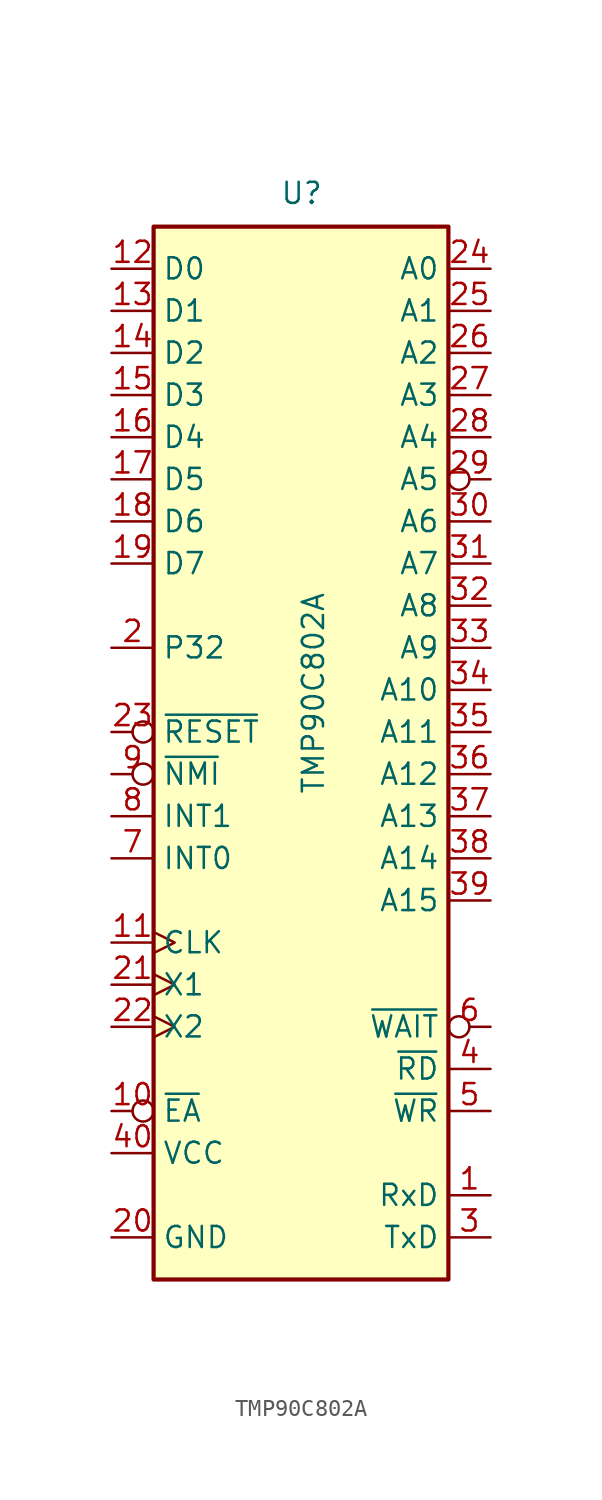
<source format=kicad_sym>
(kicad_symbol_lib
  (version 20231120)
  (generator "kicad_symbol_editor")
  (generator_version "8.0")
  (symbol "TMP90C802A"
    (property "Reference" "U"
      (at -1.27 31.75 0)
      (effects (font (size 1.27 1.27)) (justify left bottom)))
    (property "Value" "TMP90C802A"
      (at 0 -3.81 90)
      (effects (font (size 1.27 1.27)) (justify left top)))
    (symbol "TMP90C802A_0_1"
      (rectangle (start -8.89 -33.02) (end 8.89 30.48) (stroke (width 0.254) (type default)) (fill (type background))))
    (symbol "TMP90C802A_1_1"
      (pin input line (at 11.43 -27.94 180) (length 2.54) (name "RxD" (effects (font (size 1.27 1.27)))) (number "1" (effects (font (size 1.27 1.27)))))
      (pin input inverted (at -11.43 -22.86 0) (length 2.54) (name "~{EA}" (effects (font (size 1.27 1.27)))) (number "10" (effects (font (size 1.27 1.27)))))
      (pin output clock (at -11.43 -12.7 0) (length 2.54) (name "CLK" (effects (font (size 1.27 1.27)))) (number "11" (effects (font (size 1.27 1.27)))))
      (pin bidirectional line (at -11.43 27.94 0) (length 2.54) (name "D0" (effects (font (size 1.27 1.27)))) (number "12" (effects (font (size 1.27 1.27)))))
      (pin bidirectional line (at -11.43 25.4 0) (length 2.54) (name "D1" (effects (font (size 1.27 1.27)))) (number "13" (effects (font (size 1.27 1.27)))))
      (pin bidirectional line (at -11.43 22.86 0) (length 2.54) (name "D2" (effects (font (size 1.27 1.27)))) (number "14" (effects (font (size 1.27 1.27)))))
      (pin bidirectional line (at -11.43 20.32 0) (length 2.54) (name "D3" (effects (font (size 1.27 1.27)))) (number "15" (effects (font (size 1.27 1.27)))))
      (pin bidirectional line (at -11.43 17.78 0) (length 2.54) (name "D4" (effects (font (size 1.27 1.27)))) (number "16" (effects (font (size 1.27 1.27)))))
      (pin bidirectional line (at -11.43 15.24 0) (length 2.54) (name "D5" (effects (font (size 1.27 1.27)))) (number "17" (effects (font (size 1.27 1.27)))))
      (pin bidirectional line (at -11.43 12.7 0) (length 2.54) (name "D6" (effects (font (size 1.27 1.27)))) (number "18" (effects (font (size 1.27 1.27)))))
      (pin bidirectional line (at -11.43 10.16 0) (length 2.54) (name "D7" (effects (font (size 1.27 1.27)))) (number "19" (effects (font (size 1.27 1.27)))))
      (pin bidirectional line (at -11.43 5.08 0) (length 2.54) (name "P32" (effects (font (size 1.27 1.27)))) (number "2" (effects (font (size 1.27 1.27)))))
      (pin power_in line (at -11.43 -30.48 0) (length 2.54) (name "GND" (effects (font (size 1.27 1.27)))) (number "20" (effects (font (size 1.27 1.27)))))
      (pin input clock (at -11.43 -15.24 0) (length 2.54) (name "X1" (effects (font (size 1.27 1.27)))) (number "21" (effects (font (size 1.27 1.27)))))
      (pin passive clock (at -11.43 -17.78 0) (length 2.54) (name "X2" (effects (font (size 1.27 1.27)))) (number "22" (effects (font (size 1.27 1.27)))))
      (pin input inverted (at -11.43 0 0) (length 2.54) (name "~{RESET}" (effects (font (size 1.27 1.27)))) (number "23" (effects (font (size 1.27 1.27)))))
      (pin output line (at 11.43 27.94 180) (length 2.54) (name "A0" (effects (font (size 1.27 1.27)))) (number "24" (effects (font (size 1.27 1.27)))))
      (pin output line (at 11.43 25.4 180) (length 2.54) (name "A1" (effects (font (size 1.27 1.27)))) (number "25" (effects (font (size 1.27 1.27)))))
      (pin output line (at 11.43 22.86 180) (length 2.54) (name "A2" (effects (font (size 1.27 1.27)))) (number "26" (effects (font (size 1.27 1.27)))))
      (pin output line (at 11.43 20.32 180) (length 2.54) (name "A3" (effects (font (size 1.27 1.27)))) (number "27" (effects (font (size 1.27 1.27)))))
      (pin output line (at 11.43 17.78 180) (length 2.54) (name "A4" (effects (font (size 1.27 1.27)))) (number "28" (effects (font (size 1.27 1.27)))))
      (pin output inverted (at 11.43 15.24 180) (length 2.54) (name "A5" (effects (font (size 1.27 1.27)))) (number "29" (effects (font (size 1.27 1.27)))))
      (pin output line (at 11.43 -30.48 180) (length 2.54) (name "TxD" (effects (font (size 1.27 1.27)))) (number "3" (effects (font (size 1.27 1.27)))))
      (pin output line (at 11.43 12.7 180) (length 2.54) (name "A6" (effects (font (size 1.27 1.27)))) (number "30" (effects (font (size 1.27 1.27)))))
      (pin output line (at 11.43 10.16 180) (length 2.54) (name "A7" (effects (font (size 1.27 1.27)))) (number "31" (effects (font (size 1.27 1.27)))))
      (pin output line (at 11.43 7.62 180) (length 2.54) (name "A8" (effects (font (size 1.27 1.27)))) (number "32" (effects (font (size 1.27 1.27)))))
      (pin output line (at 11.43 5.08 180) (length 2.54) (name "A9" (effects (font (size 1.27 1.27)))) (number "33" (effects (font (size 1.27 1.27)))))
      (pin output line (at 11.43 2.54 180) (length 2.54) (name "A10" (effects (font (size 1.27 1.27)))) (number "34" (effects (font (size 1.27 1.27)))))
      (pin output line (at 11.43 0 180) (length 2.54) (name "A11" (effects (font (size 1.27 1.27)))) (number "35" (effects (font (size 1.27 1.27)))))
      (pin output line (at 11.43 -2.54 180) (length 2.54) (name "A12" (effects (font (size 1.27 1.27)))) (number "36" (effects (font (size 1.27 1.27)))))
      (pin output line (at 11.43 -5.08 180) (length 2.54) (name "A13" (effects (font (size 1.27 1.27)))) (number "37" (effects (font (size 1.27 1.27)))))
      (pin output line (at 11.43 -7.62 180) (length 2.54) (name "A14" (effects (font (size 1.27 1.27)))) (number "38" (effects (font (size 1.27 1.27)))))
      (pin output line (at 11.43 -10.16 180) (length 2.54) (name "A15" (effects (font (size 1.27 1.27)))) (number "39" (effects (font (size 1.27 1.27)))))
      (pin output line (at 11.43 -20.32 180) (length 2.54) (name "~{RD}" (effects (font (size 1.27 1.27)))) (number "4" (effects (font (size 1.27 1.27)))))
      (pin power_in line (at -11.43 -25.4 0) (length 2.54) (name "VCC" (effects (font (size 1.27 1.27)))) (number "40" (effects (font (size 1.27 1.27)))))
      (pin output line (at 11.43 -22.86 180) (length 2.54) (name "~{WR}" (effects (font (size 1.27 1.27)))) (number "5" (effects (font (size 1.27 1.27)))))
      (pin input inverted (at 11.43 -17.78 180) (length 2.54) (name "~{WAIT}" (effects (font (size 1.27 1.27)))) (number "6" (effects (font (size 1.27 1.27)))))
      (pin input line (at -11.43 -7.62 0) (length 2.54) (name "INT0" (effects (font (size 1.27 1.27)))) (number "7" (effects (font (size 1.27 1.27)))))
      (pin input line (at -11.43 -5.08 0) (length 2.54) (name "INT1" (effects (font (size 1.27 1.27)))) (number "8" (effects (font (size 1.27 1.27)))))
      (pin input inverted (at -11.43 -2.54 0) (length 2.54) (name "~{NMI}" (effects (font (size 1.27 1.27)))) (number "9" (effects (font (size 1.27 1.27))))))))
</source>
